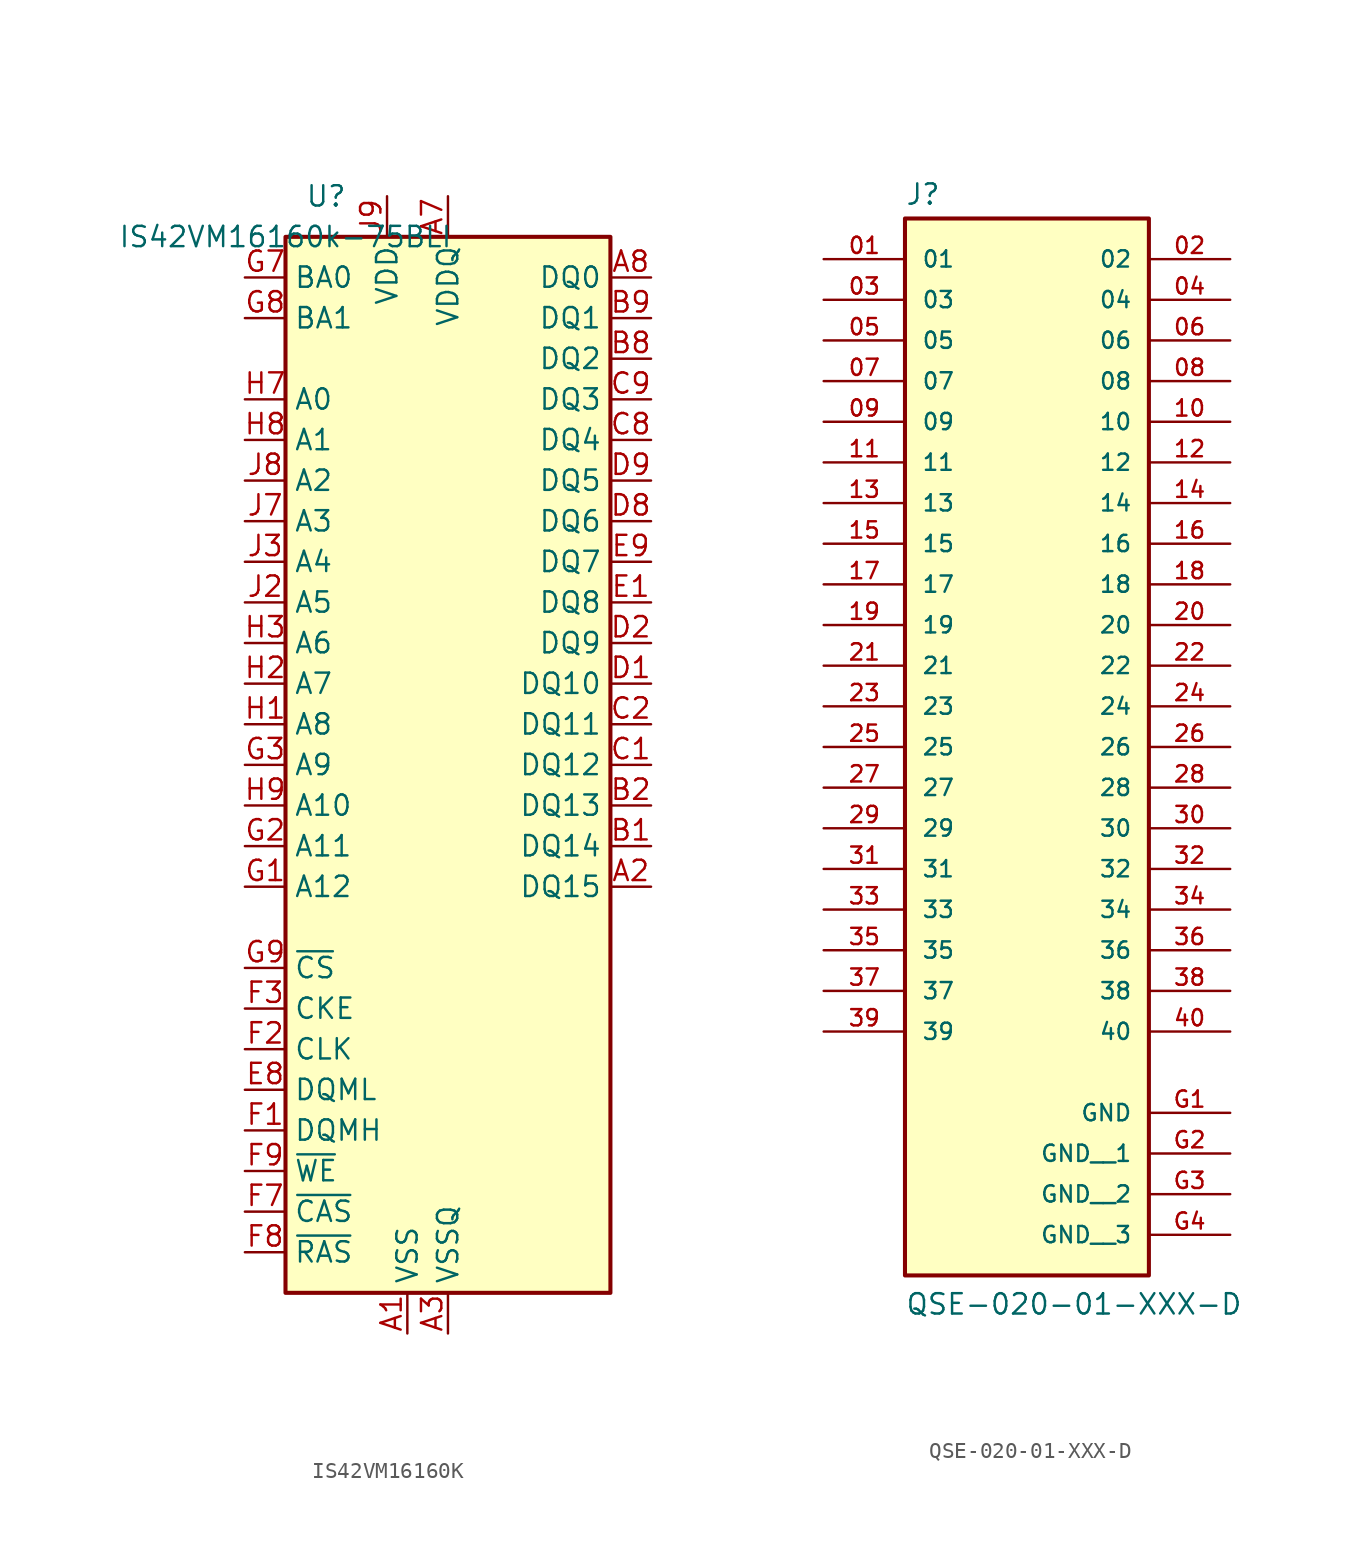
<source format=kicad_sym>
(kicad_symbol_lib
  (version 20220914)
  (generator kicad_symbol_editor)
  (symbol "IS42VM16160K"
    (property "Reference" "U"
      (at 2.54 2.54 0)
      (effects (font (size 1.27 1.27))))
    (property "Value" "IS42VM16160k-75BLI"
      (at 0 0 0)
      (effects (font (size 1.27 1.27))))
    (symbol "IS42VM16160K_0_1"
      (rectangle (start 0 0) (end 20.32 -66.04) (stroke (width 0.254) (type default)) (fill (type background))))
    (symbol "IS42VM16160K_1_1"
      (pin power_in line (at 7.62 -68.58 90) (length 2.54) (name "VSS" (effects (font (size 1.27 1.27)))) (number "A1" (effects (font (size 1.27 1.27)))))
      (pin bidirectional line (at 22.86 -40.64 180) (length 2.54) (name "DQ15" (effects (font (size 1.27 1.27)))) (number "A2" (effects (font (size 1.27 1.27)))))
      (pin power_in line (at 10.16 -68.58 90) (length 2.54) (name "VSSQ" (effects (font (size 1.27 1.27)))) (number "A3" (effects (font (size 1.27 1.27)))))
      (pin power_in line (at 10.16 2.54 270) (length 2.54) (name "VDDQ" (effects (font (size 1.27 1.27)))) (number "A7" (effects (font (size 1.27 1.27)))))
      (pin bidirectional line (at 22.86 -2.54 180) (length 2.54) (name "DQ0" (effects (font (size 1.27 1.27)))) (number "A8" (effects (font (size 1.27 1.27)))))
      (pin passive line (at 6.35 2.54 270) (length 2.54) hide (name "VDD" (effects (font (size 1.27 1.27)))) (number "A9" (effects (font (size 1.27 1.27)))))
      (pin bidirectional line (at 22.86 -38.1 180) (length 2.54) (name "DQ14" (effects (font (size 1.27 1.27)))) (number "B1" (effects (font (size 1.27 1.27)))))
      (pin bidirectional line (at 22.86 -35.56 180) (length 2.54) (name "DQ13" (effects (font (size 1.27 1.27)))) (number "B2" (effects (font (size 1.27 1.27)))))
      (pin passive line (at 10.16 2.54 270) (length 2.54) hide (name "VDDQ" (effects (font (size 1.27 1.27)))) (number "B3" (effects (font (size 1.27 1.27)))))
      (pin passive line (at 10.16 -68.58 90) (length 2.54) hide (name "VSSQ" (effects (font (size 1.27 1.27)))) (number "B7" (effects (font (size 1.27 1.27)))))
      (pin bidirectional line (at 22.86 -7.62 180) (length 2.54) (name "DQ2" (effects (font (size 1.27 1.27)))) (number "B8" (effects (font (size 1.27 1.27)))))
      (pin bidirectional line (at 22.86 -5.08 180) (length 2.54) (name "DQ1" (effects (font (size 1.27 1.27)))) (number "B9" (effects (font (size 1.27 1.27)))))
      (pin bidirectional line (at 22.86 -33.02 180) (length 2.54) (name "DQ12" (effects (font (size 1.27 1.27)))) (number "C1" (effects (font (size 1.27 1.27)))))
      (pin bidirectional line (at 22.86 -30.48 180) (length 2.54) (name "DQ11" (effects (font (size 1.27 1.27)))) (number "C2" (effects (font (size 1.27 1.27)))))
      (pin passive line (at 10.16 -68.58 90) (length 2.54) hide (name "VSSQ" (effects (font (size 1.27 1.27)))) (number "C3" (effects (font (size 1.27 1.27)))))
      (pin passive line (at 10.16 2.54 270) (length 2.54) hide (name "VDDQ" (effects (font (size 1.27 1.27)))) (number "C7" (effects (font (size 1.27 1.27)))))
      (pin bidirectional line (at 22.86 -12.7 180) (length 2.54) (name "DQ4" (effects (font (size 1.27 1.27)))) (number "C8" (effects (font (size 1.27 1.27)))))
      (pin bidirectional line (at 22.86 -10.16 180) (length 2.54) (name "DQ3" (effects (font (size 1.27 1.27)))) (number "C9" (effects (font (size 1.27 1.27)))))
      (pin bidirectional line (at 22.86 -27.94 180) (length 2.54) (name "DQ10" (effects (font (size 1.27 1.27)))) (number "D1" (effects (font (size 1.27 1.27)))))
      (pin bidirectional line (at 22.86 -25.4 180) (length 2.54) (name "DQ9" (effects (font (size 1.27 1.27)))) (number "D2" (effects (font (size 1.27 1.27)))))
      (pin passive line (at 10.16 2.54 270) (length 2.54) hide (name "VDDQ" (effects (font (size 1.27 1.27)))) (number "D3" (effects (font (size 1.27 1.27)))))
      (pin passive line (at 10.16 -68.58 90) (length 2.54) hide (name "VSSQ" (effects (font (size 1.27 1.27)))) (number "D7" (effects (font (size 1.27 1.27)))))
      (pin bidirectional line (at 22.86 -17.78 180) (length 2.54) (name "DQ6" (effects (font (size 1.27 1.27)))) (number "D8" (effects (font (size 1.27 1.27)))))
      (pin bidirectional line (at 22.86 -15.24 180) (length 2.54) (name "DQ5" (effects (font (size 1.27 1.27)))) (number "D9" (effects (font (size 1.27 1.27)))))
      (pin bidirectional line (at 22.86 -22.86 180) (length 2.54) (name "DQ8" (effects (font (size 1.27 1.27)))) (number "E1" (effects (font (size 1.27 1.27)))))
      (pin no_connect line (at 20.32 -53.34 180) (length 2.54) hide (name "NC" (effects (font (size 1.27 1.27)))) (number "E2" (effects (font (size 1.27 1.27)))))
      (pin passive line (at 7.62 -68.58 90) (length 2.54) hide (name "VSS" (effects (font (size 1.27 1.27)))) (number "E3" (effects (font (size 1.27 1.27)))))
      (pin passive line (at 6.35 2.54 270) (length 2.54) hide (name "VDD" (effects (font (size 1.27 1.27)))) (number "E7" (effects (font (size 1.27 1.27)))))
      (pin input line (at -2.54 -53.34 0) (length 2.54) (name "DQML" (effects (font (size 1.27 1.27)))) (number "E8" (effects (font (size 1.27 1.27)))))
      (pin bidirectional line (at 22.86 -20.32 180) (length 2.54) (name "DQ7" (effects (font (size 1.27 1.27)))) (number "E9" (effects (font (size 1.27 1.27)))))
      (pin input line (at -2.54 -55.88 0) (length 2.54) (name "DQMH" (effects (font (size 1.27 1.27)))) (number "F1" (effects (font (size 1.27 1.27)))))
      (pin input line (at -2.54 -50.8 0) (length 2.54) (name "CLK" (effects (font (size 1.27 1.27)))) (number "F2" (effects (font (size 1.27 1.27)))))
      (pin input line (at -2.54 -48.26 0) (length 2.54) (name "CKE" (effects (font (size 1.27 1.27)))) (number "F3" (effects (font (size 1.27 1.27)))))
      (pin input line (at -2.54 -60.96 0) (length 2.54) (name "~{CAS}" (effects (font (size 1.27 1.27)))) (number "F7" (effects (font (size 1.27 1.27)))))
      (pin input line (at -2.54 -63.5 0) (length 2.54) (name "~{RAS}" (effects (font (size 1.27 1.27)))) (number "F8" (effects (font (size 1.27 1.27)))))
      (pin input line (at -2.54 -58.42 0) (length 2.54) (name "~{WE}" (effects (font (size 1.27 1.27)))) (number "F9" (effects (font (size 1.27 1.27)))))
      (pin input line (at -2.54 -40.64 0) (length 2.54) (name "A12" (effects (font (size 1.27 1.27)))) (number "G1" (effects (font (size 1.27 1.27)))))
      (pin input line (at -2.54 -38.1 0) (length 2.54) (name "A11" (effects (font (size 1.27 1.27)))) (number "G2" (effects (font (size 1.27 1.27)))))
      (pin input line (at -2.54 -33.02 0) (length 2.54) (name "A9" (effects (font (size 1.27 1.27)))) (number "G3" (effects (font (size 1.27 1.27)))))
      (pin input line (at -2.54 -2.54 0) (length 2.54) (name "BA0" (effects (font (size 1.27 1.27)))) (number "G7" (effects (font (size 1.27 1.27)))))
      (pin input line (at -2.54 -5.08 0) (length 2.54) (name "BA1" (effects (font (size 1.27 1.27)))) (number "G8" (effects (font (size 1.27 1.27)))))
      (pin input line (at -2.54 -45.72 0) (length 2.54) (name "~{CS}" (effects (font (size 1.27 1.27)))) (number "G9" (effects (font (size 1.27 1.27)))))
      (pin input line (at -2.54 -30.48 0) (length 2.54) (name "A8" (effects (font (size 1.27 1.27)))) (number "H1" (effects (font (size 1.27 1.27)))))
      (pin input line (at -2.54 -27.94 0) (length 2.54) (name "A7" (effects (font (size 1.27 1.27)))) (number "H2" (effects (font (size 1.27 1.27)))))
      (pin input line (at -2.54 -25.4 0) (length 2.54) (name "A6" (effects (font (size 1.27 1.27)))) (number "H3" (effects (font (size 1.27 1.27)))))
      (pin input line (at -2.54 -10.16 0) (length 2.54) (name "A0" (effects (font (size 1.27 1.27)))) (number "H7" (effects (font (size 1.27 1.27)))))
      (pin input line (at -2.54 -12.7 0) (length 2.54) (name "A1" (effects (font (size 1.27 1.27)))) (number "H8" (effects (font (size 1.27 1.27)))))
      (pin input line (at -2.54 -35.56 0) (length 2.54) (name "A10" (effects (font (size 1.27 1.27)))) (number "H9" (effects (font (size 1.27 1.27)))))
      (pin passive line (at 7.62 -68.58 90) (length 2.54) hide (name "VSS" (effects (font (size 1.27 1.27)))) (number "J1" (effects (font (size 1.27 1.27)))))
      (pin input line (at -2.54 -22.86 0) (length 2.54) (name "A5" (effects (font (size 1.27 1.27)))) (number "J2" (effects (font (size 1.27 1.27)))))
      (pin input line (at -2.54 -20.32 0) (length 2.54) (name "A4" (effects (font (size 1.27 1.27)))) (number "J3" (effects (font (size 1.27 1.27)))))
      (pin input line (at -2.54 -17.78 0) (length 2.54) (name "A3" (effects (font (size 1.27 1.27)))) (number "J7" (effects (font (size 1.27 1.27)))))
      (pin input line (at -2.54 -15.24 0) (length 2.54) (name "A2" (effects (font (size 1.27 1.27)))) (number "J8" (effects (font (size 1.27 1.27)))))
      (pin power_in line (at 6.35 2.54 270) (length 2.54) (name "VDD" (effects (font (size 1.27 1.27)))) (number "J9" (effects (font (size 1.27 1.27)))))))
  (symbol "QSE-020-01-XXX-D"
    (pin_names
      (offset 1.016))
    (property "Reference" "J"
      (at -7.62 28.702 0)
      (effects (font (size 1.27 1.27)) (justify left bottom)))
    (property "Value" "QSE-020-01-XXX-D"
      (at -7.62 -40.64 0)
      (effects (font (size 1.27 1.27)) (justify left bottom)))
    (symbol "QSE-020-01-XXX-D_0_0"
      (rectangle (start -7.62 -38.1) (end 7.62 27.94) (stroke (width 0.254) (type default)) (fill (type background)))
      (pin passive line (at -12.7 25.4 0) (length 5.08) (name "01" (effects (font (size 1.016 1.016)))) (number "01" (effects (font (size 1.016 1.016)))))
      (pin passive line (at 12.7 25.4 180) (length 5.08) (name "02" (effects (font (size 1.016 1.016)))) (number "02" (effects (font (size 1.016 1.016)))))
      (pin passive line (at -12.7 22.86 0) (length 5.08) (name "03" (effects (font (size 1.016 1.016)))) (number "03" (effects (font (size 1.016 1.016)))))
      (pin passive line (at 12.7 22.86 180) (length 5.08) (name "04" (effects (font (size 1.016 1.016)))) (number "04" (effects (font (size 1.016 1.016)))))
      (pin passive line (at -12.7 20.32 0) (length 5.08) (name "05" (effects (font (size 1.016 1.016)))) (number "05" (effects (font (size 1.016 1.016)))))
      (pin passive line (at 12.7 20.32 180) (length 5.08) (name "06" (effects (font (size 1.016 1.016)))) (number "06" (effects (font (size 1.016 1.016)))))
      (pin passive line (at -12.7 17.78 0) (length 5.08) (name "07" (effects (font (size 1.016 1.016)))) (number "07" (effects (font (size 1.016 1.016)))))
      (pin passive line (at 12.7 17.78 180) (length 5.08) (name "08" (effects (font (size 1.016 1.016)))) (number "08" (effects (font (size 1.016 1.016)))))
      (pin passive line (at -12.7 15.24 0) (length 5.08) (name "09" (effects (font (size 1.016 1.016)))) (number "09" (effects (font (size 1.016 1.016)))))
      (pin passive line (at 12.7 15.24 180) (length 5.08) (name "10" (effects (font (size 1.016 1.016)))) (number "10" (effects (font (size 1.016 1.016)))))
      (pin passive line (at -12.7 12.7 0) (length 5.08) (name "11" (effects (font (size 1.016 1.016)))) (number "11" (effects (font (size 1.016 1.016)))))
      (pin passive line (at 12.7 12.7 180) (length 5.08) (name "12" (effects (font (size 1.016 1.016)))) (number "12" (effects (font (size 1.016 1.016)))))
      (pin passive line (at -12.7 10.16 0) (length 5.08) (name "13" (effects (font (size 1.016 1.016)))) (number "13" (effects (font (size 1.016 1.016)))))
      (pin passive line (at 12.7 10.16 180) (length 5.08) (name "14" (effects (font (size 1.016 1.016)))) (number "14" (effects (font (size 1.016 1.016)))))
      (pin passive line (at -12.7 7.62 0) (length 5.08) (name "15" (effects (font (size 1.016 1.016)))) (number "15" (effects (font (size 1.016 1.016)))))
      (pin passive line (at 12.7 7.62 180) (length 5.08) (name "16" (effects (font (size 1.016 1.016)))) (number "16" (effects (font (size 1.016 1.016)))))
      (pin passive line (at -12.7 5.08 0) (length 5.08) (name "17" (effects (font (size 1.016 1.016)))) (number "17" (effects (font (size 1.016 1.016)))))
      (pin passive line (at 12.7 5.08 180) (length 5.08) (name "18" (effects (font (size 1.016 1.016)))) (number "18" (effects (font (size 1.016 1.016)))))
      (pin passive line (at -12.7 2.54 0) (length 5.08) (name "19" (effects (font (size 1.016 1.016)))) (number "19" (effects (font (size 1.016 1.016)))))
      (pin passive line (at 12.7 2.54 180) (length 5.08) (name "20" (effects (font (size 1.016 1.016)))) (number "20" (effects (font (size 1.016 1.016)))))
      (pin passive line (at -12.7 0 0) (length 5.08) (name "21" (effects (font (size 1.016 1.016)))) (number "21" (effects (font (size 1.016 1.016)))))
      (pin passive line (at 12.7 0 180) (length 5.08) (name "22" (effects (font (size 1.016 1.016)))) (number "22" (effects (font (size 1.016 1.016)))))
      (pin passive line (at -12.7 -2.54 0) (length 5.08) (name "23" (effects (font (size 1.016 1.016)))) (number "23" (effects (font (size 1.016 1.016)))))
      (pin passive line (at 12.7 -2.54 180) (length 5.08) (name "24" (effects (font (size 1.016 1.016)))) (number "24" (effects (font (size 1.016 1.016)))))
      (pin passive line (at -12.7 -5.08 0) (length 5.08) (name "25" (effects (font (size 1.016 1.016)))) (number "25" (effects (font (size 1.016 1.016)))))
      (pin passive line (at 12.7 -5.08 180) (length 5.08) (name "26" (effects (font (size 1.016 1.016)))) (number "26" (effects (font (size 1.016 1.016)))))
      (pin passive line (at -12.7 -7.62 0) (length 5.08) (name "27" (effects (font (size 1.016 1.016)))) (number "27" (effects (font (size 1.016 1.016)))))
      (pin passive line (at 12.7 -7.62 180) (length 5.08) (name "28" (effects (font (size 1.016 1.016)))) (number "28" (effects (font (size 1.016 1.016)))))
      (pin passive line (at -12.7 -10.16 0) (length 5.08) (name "29" (effects (font (size 1.016 1.016)))) (number "29" (effects (font (size 1.016 1.016)))))
      (pin passive line (at 12.7 -10.16 180) (length 5.08) (name "30" (effects (font (size 1.016 1.016)))) (number "30" (effects (font (size 1.016 1.016)))))
      (pin passive line (at -12.7 -12.7 0) (length 5.08) (name "31" (effects (font (size 1.016 1.016)))) (number "31" (effects (font (size 1.016 1.016)))))
      (pin passive line (at 12.7 -12.7 180) (length 5.08) (name "32" (effects (font (size 1.016 1.016)))) (number "32" (effects (font (size 1.016 1.016)))))
      (pin passive line (at -12.7 -15.24 0) (length 5.08) (name "33" (effects (font (size 1.016 1.016)))) (number "33" (effects (font (size 1.016 1.016)))))
      (pin passive line (at 12.7 -15.24 180) (length 5.08) (name "34" (effects (font (size 1.016 1.016)))) (number "34" (effects (font (size 1.016 1.016)))))
      (pin passive line (at -12.7 -17.78 0) (length 5.08) (name "35" (effects (font (size 1.016 1.016)))) (number "35" (effects (font (size 1.016 1.016)))))
      (pin passive line (at 12.7 -17.78 180) (length 5.08) (name "36" (effects (font (size 1.016 1.016)))) (number "36" (effects (font (size 1.016 1.016)))))
      (pin passive line (at -12.7 -20.32 0) (length 5.08) (name "37" (effects (font (size 1.016 1.016)))) (number "37" (effects (font (size 1.016 1.016)))))
      (pin passive line (at 12.7 -20.32 180) (length 5.08) (name "38" (effects (font (size 1.016 1.016)))) (number "38" (effects (font (size 1.016 1.016)))))
      (pin passive line (at -12.7 -22.86 0) (length 5.08) (name "39" (effects (font (size 1.016 1.016)))) (number "39" (effects (font (size 1.016 1.016)))))
      (pin passive line (at 12.7 -22.86 180) (length 5.08) (name "40" (effects (font (size 1.016 1.016)))) (number "40" (effects (font (size 1.016 1.016)))))
      (pin power_in line (at 12.7 -27.94 180) (length 5.08) (name "GND" (effects (font (size 1.016 1.016)))) (number "G1" (effects (font (size 1.016 1.016)))))
      (pin power_in line (at 12.7 -30.48 180) (length 5.08) (name "GND__1" (effects (font (size 1.016 1.016)))) (number "G2" (effects (font (size 1.016 1.016)))))
      (pin power_in line (at 12.7 -33.02 180) (length 5.08) (name "GND__2" (effects (font (size 1.016 1.016)))) (number "G3" (effects (font (size 1.016 1.016)))))
      (pin power_in line (at 12.7 -35.56 180) (length 5.08) (name "GND__3" (effects (font (size 1.016 1.016)))) (number "G4" (effects (font (size 1.016 1.016))))))))
</source>
